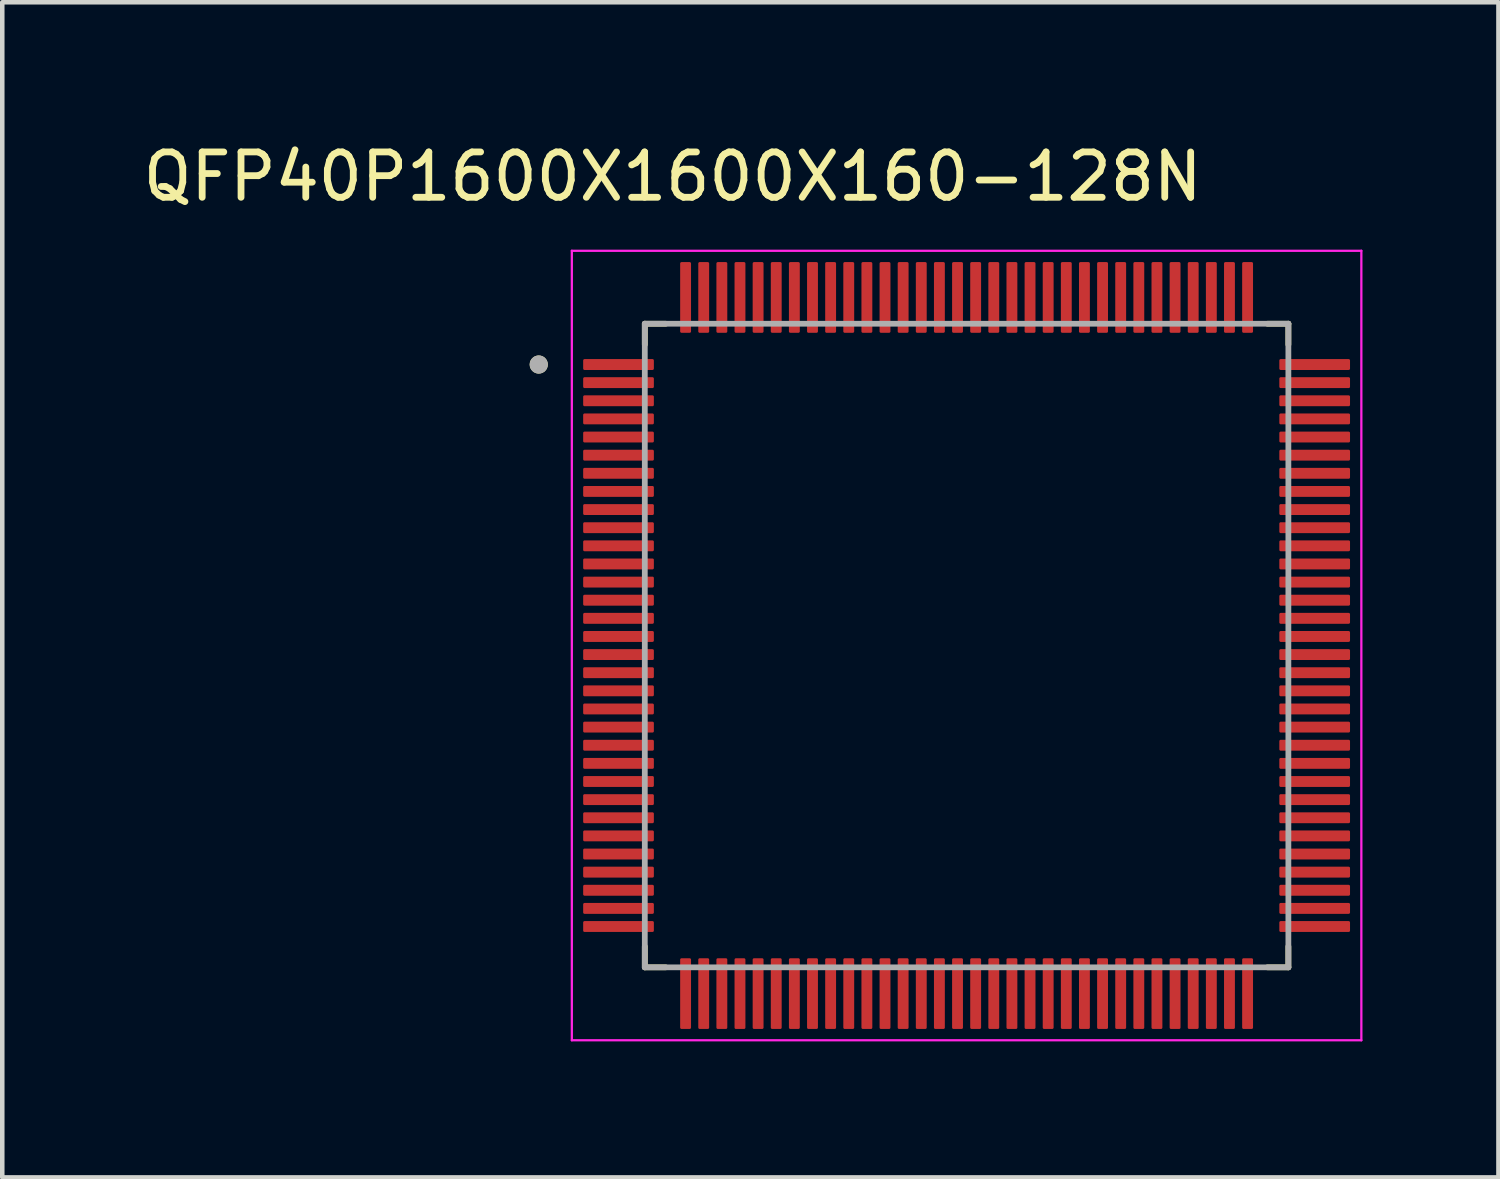
<source format=kicad_pcb>
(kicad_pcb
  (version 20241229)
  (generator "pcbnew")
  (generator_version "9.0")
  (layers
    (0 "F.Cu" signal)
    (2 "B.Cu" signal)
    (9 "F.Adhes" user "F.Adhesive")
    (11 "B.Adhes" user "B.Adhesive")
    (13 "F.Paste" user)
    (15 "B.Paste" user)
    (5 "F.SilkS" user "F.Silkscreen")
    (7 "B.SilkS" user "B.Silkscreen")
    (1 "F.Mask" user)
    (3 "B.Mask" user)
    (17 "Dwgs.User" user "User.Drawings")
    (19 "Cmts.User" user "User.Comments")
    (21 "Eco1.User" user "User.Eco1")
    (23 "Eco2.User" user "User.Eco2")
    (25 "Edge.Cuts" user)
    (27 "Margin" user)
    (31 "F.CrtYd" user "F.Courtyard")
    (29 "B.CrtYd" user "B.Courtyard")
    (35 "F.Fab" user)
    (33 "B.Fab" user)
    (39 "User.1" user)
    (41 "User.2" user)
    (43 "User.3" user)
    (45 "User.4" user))
  (footprint "QFP40P1600X1600X160-128N"
    (layer "F.Cu")
    (at 18.277 11.193)
    (property "Reference" "QFP40P1600X1600X160-128N" (at -6.485 -10.345 0) (layer "F.SilkS") (effects (font (size 1 1) (thickness 0.15))))
    (attr smd)
    (fp_line (start -7.1 -7.1) (end -7.1 -6.64) (stroke (width 0.127) (type solid)) (layer "F.SilkS"))
    (fp_line (start -7.1 -7.1) (end -6.64 -7.1) (stroke (width 0.127) (type solid)) (layer "F.SilkS"))
    (fp_line (start -7.1 7.1) (end -7.1 6.64) (stroke (width 0.127) (type solid)) (layer "F.SilkS"))
    (fp_line (start -7.1 7.1) (end -6.64 7.1) (stroke (width 0.127) (type solid)) (layer "F.SilkS"))
    (fp_line (start 7.1 -7.1) (end 6.64 -7.1) (stroke (width 0.127) (type solid)) (layer "F.SilkS"))
    (fp_line (start 7.1 -7.1) (end 7.1 -6.64) (stroke (width 0.127) (type solid)) (layer "F.SilkS"))
    (fp_line (start 7.1 7.1) (end 6.64 7.1) (stroke (width 0.127) (type solid)) (layer "F.SilkS"))
    (fp_line (start 7.1 7.1) (end 7.1 6.64) (stroke (width 0.127) (type solid)) (layer "F.SilkS"))
    (fp_circle (center -9.44 -6.2) (end -9.34 -6.2) (stroke (width 0.2) (type solid)) (fill no) (layer "F.SilkS"))
    (fp_line (start -8.71 -8.71) (end 8.71 -8.71) (stroke (width 0.05) (type solid)) (layer "F.CrtYd"))
    (fp_line (start -8.71 8.71) (end -8.71 -8.71) (stroke (width 0.05) (type solid)) (layer "F.CrtYd"))
    (fp_line (start -8.71 8.71) (end 8.71 8.71) (stroke (width 0.05) (type solid)) (layer "F.CrtYd"))
    (fp_line (start 8.71 8.71) (end 8.71 -8.71) (stroke (width 0.05) (type solid)) (layer "F.CrtYd"))
    (fp_line (start -7.1 7.1) (end -7.1 -7.1) (stroke (width 0.127) (type solid)) (layer "F.Fab"))
    (fp_line (start 7.1 -7.1) (end -7.1 -7.1) (stroke (width 0.127) (type solid)) (layer "F.Fab"))
    (fp_line (start 7.1 7.1) (end -7.1 7.1) (stroke (width 0.127) (type solid)) (layer "F.Fab"))
    (fp_line (start 7.1 7.1) (end 7.1 -7.1) (stroke (width 0.127) (type solid)) (layer "F.Fab"))
    (fp_circle (center -9.44 -6.2) (end -9.34 -6.2) (stroke (width 0.2) (type solid)) (fill no) (layer "F.Fab"))
    (pad "1" smd roundrect (at -7.68 -6.2) (size 1.56 0.24) (layers "F.Cu" "F.Mask" "F.Paste") (roundrect_rratio 0.125))
    (pad "2" smd roundrect (at -7.68 -5.8) (size 1.56 0.24) (layers "F.Cu" "F.Mask" "F.Paste") (roundrect_rratio 0.125))
    (pad "3" smd roundrect (at -7.68 -5.4) (size 1.56 0.24) (layers "F.Cu" "F.Mask" "F.Paste") (roundrect_rratio 0.125))
    (pad "4" smd roundrect (at -7.68 -5) (size 1.56 0.24) (layers "F.Cu" "F.Mask" "F.Paste") (roundrect_rratio 0.125))
    (pad "5" smd roundrect (at -7.68 -4.6) (size 1.56 0.24) (layers "F.Cu" "F.Mask" "F.Paste") (roundrect_rratio 0.125))
    (pad "6" smd roundrect (at -7.68 -4.2) (size 1.56 0.24) (layers "F.Cu" "F.Mask" "F.Paste") (roundrect_rratio 0.125))
    (pad "7" smd roundrect (at -7.68 -3.8) (size 1.56 0.24) (layers "F.Cu" "F.Mask" "F.Paste") (roundrect_rratio 0.125))
    (pad "8" smd roundrect (at -7.68 -3.4) (size 1.56 0.24) (layers "F.Cu" "F.Mask" "F.Paste") (roundrect_rratio 0.125))
    (pad "9" smd roundrect (at -7.68 -3) (size 1.56 0.24) (layers "F.Cu" "F.Mask" "F.Paste") (roundrect_rratio 0.125))
    (pad "10" smd roundrect (at -7.68 -2.6) (size 1.56 0.24) (layers "F.Cu" "F.Mask" "F.Paste") (roundrect_rratio 0.125))
    (pad "11" smd roundrect (at -7.68 -2.2) (size 1.56 0.24) (layers "F.Cu" "F.Mask" "F.Paste") (roundrect_rratio 0.125))
    (pad "12" smd roundrect (at -7.68 -1.8) (size 1.56 0.24) (layers "F.Cu" "F.Mask" "F.Paste") (roundrect_rratio 0.125))
    (pad "13" smd roundrect (at -7.68 -1.4) (size 1.56 0.24) (layers "F.Cu" "F.Mask" "F.Paste") (roundrect_rratio 0.125))
    (pad "14" smd roundrect (at -7.68 -1) (size 1.56 0.24) (layers "F.Cu" "F.Mask" "F.Paste") (roundrect_rratio 0.125))
    (pad "15" smd roundrect (at -7.68 -0.6) (size 1.56 0.24) (layers "F.Cu" "F.Mask" "F.Paste") (roundrect_rratio 0.125))
    (pad "16" smd roundrect (at -7.68 -0.2) (size 1.56 0.24) (layers "F.Cu" "F.Mask" "F.Paste") (roundrect_rratio 0.125))
    (pad "17" smd roundrect (at -7.68 0.2) (size 1.56 0.24) (layers "F.Cu" "F.Mask" "F.Paste") (roundrect_rratio 0.125))
    (pad "18" smd roundrect (at -7.68 0.6) (size 1.56 0.24) (layers "F.Cu" "F.Mask" "F.Paste") (roundrect_rratio 0.125))
    (pad "19" smd roundrect (at -7.68 1) (size 1.56 0.24) (layers "F.Cu" "F.Mask" "F.Paste") (roundrect_rratio 0.125))
    (pad "20" smd roundrect (at -7.68 1.4) (size 1.56 0.24) (layers "F.Cu" "F.Mask" "F.Paste") (roundrect_rratio 0.125))
    (pad "21" smd roundrect (at -7.68 1.8) (size 1.56 0.24) (layers "F.Cu" "F.Mask" "F.Paste") (roundrect_rratio 0.125))
    (pad "22" smd roundrect (at -7.68 2.2) (size 1.56 0.24) (layers "F.Cu" "F.Mask" "F.Paste") (roundrect_rratio 0.125))
    (pad "23" smd roundrect (at -7.68 2.6) (size 1.56 0.24) (layers "F.Cu" "F.Mask" "F.Paste") (roundrect_rratio 0.125))
    (pad "24" smd roundrect (at -7.68 3) (size 1.56 0.24) (layers "F.Cu" "F.Mask" "F.Paste") (roundrect_rratio 0.125))
    (pad "25" smd roundrect (at -7.68 3.4) (size 1.56 0.24) (layers "F.Cu" "F.Mask" "F.Paste") (roundrect_rratio 0.125))
    (pad "26" smd roundrect (at -7.68 3.8) (size 1.56 0.24) (layers "F.Cu" "F.Mask" "F.Paste") (roundrect_rratio 0.125))
    (pad "27" smd roundrect (at -7.68 4.2) (size 1.56 0.24) (layers "F.Cu" "F.Mask" "F.Paste") (roundrect_rratio 0.125))
    (pad "28" smd roundrect (at -7.68 4.6) (size 1.56 0.24) (layers "F.Cu" "F.Mask" "F.Paste") (roundrect_rratio 0.125))
    (pad "29" smd roundrect (at -7.68 5) (size 1.56 0.24) (layers "F.Cu" "F.Mask" "F.Paste") (roundrect_rratio 0.125))
    (pad "30" smd roundrect (at -7.68 5.4) (size 1.56 0.24) (layers "F.Cu" "F.Mask" "F.Paste") (roundrect_rratio 0.125))
    (pad "31" smd roundrect (at -7.68 5.8) (size 1.56 0.24) (layers "F.Cu" "F.Mask" "F.Paste") (roundrect_rratio 0.125))
    (pad "32" smd roundrect (at -7.68 6.2) (size 1.56 0.24) (layers "F.Cu" "F.Mask" "F.Paste") (roundrect_rratio 0.125))
    (pad "33" smd roundrect (at -6.2 7.68) (size 0.24 1.56) (layers "F.Cu" "F.Mask" "F.Paste") (roundrect_rratio 0.125))
    (pad "34" smd roundrect (at -5.8 7.68) (size 0.24 1.56) (layers "F.Cu" "F.Mask" "F.Paste") (roundrect_rratio 0.125))
    (pad "35" smd roundrect (at -5.4 7.68) (size 0.24 1.56) (layers "F.Cu" "F.Mask" "F.Paste") (roundrect_rratio 0.125))
    (pad "36" smd roundrect (at -5 7.68) (size 0.24 1.56) (layers "F.Cu" "F.Mask" "F.Paste") (roundrect_rratio 0.125))
    (pad "37" smd roundrect (at -4.6 7.68) (size 0.24 1.56) (layers "F.Cu" "F.Mask" "F.Paste") (roundrect_rratio 0.125))
    (pad "38" smd roundrect (at -4.2 7.68) (size 0.24 1.56) (layers "F.Cu" "F.Mask" "F.Paste") (roundrect_rratio 0.125))
    (pad "39" smd roundrect (at -3.8 7.68) (size 0.24 1.56) (layers "F.Cu" "F.Mask" "F.Paste") (roundrect_rratio 0.125))
    (pad "40" smd roundrect (at -3.4 7.68) (size 0.24 1.56) (layers "F.Cu" "F.Mask" "F.Paste") (roundrect_rratio 0.125))
    (pad "41" smd roundrect (at -3 7.68) (size 0.24 1.56) (layers "F.Cu" "F.Mask" "F.Paste") (roundrect_rratio 0.125))
    (pad "42" smd roundrect (at -2.6 7.68) (size 0.24 1.56) (layers "F.Cu" "F.Mask" "F.Paste") (roundrect_rratio 0.125))
    (pad "43" smd roundrect (at -2.2 7.68) (size 0.24 1.56) (layers "F.Cu" "F.Mask" "F.Paste") (roundrect_rratio 0.125))
    (pad "44" smd roundrect (at -1.8 7.68) (size 0.24 1.56) (layers "F.Cu" "F.Mask" "F.Paste") (roundrect_rratio 0.125))
    (pad "45" smd roundrect (at -1.4 7.68) (size 0.24 1.56) (layers "F.Cu" "F.Mask" "F.Paste") (roundrect_rratio 0.125))
    (pad "46" smd roundrect (at -1 7.68) (size 0.24 1.56) (layers "F.Cu" "F.Mask" "F.Paste") (roundrect_rratio 0.125))
    (pad "47" smd roundrect (at -0.6 7.68) (size 0.24 1.56) (layers "F.Cu" "F.Mask" "F.Paste") (roundrect_rratio 0.125))
    (pad "48" smd roundrect (at -0.2 7.68) (size 0.24 1.56) (layers "F.Cu" "F.Mask" "F.Paste") (roundrect_rratio 0.125))
    (pad "49" smd roundrect (at 0.2 7.68) (size 0.24 1.56) (layers "F.Cu" "F.Mask" "F.Paste") (roundrect_rratio 0.125))
    (pad "50" smd roundrect (at 0.6 7.68) (size 0.24 1.56) (layers "F.Cu" "F.Mask" "F.Paste") (roundrect_rratio 0.125))
    (pad "51" smd roundrect (at 1 7.68) (size 0.24 1.56) (layers "F.Cu" "F.Mask" "F.Paste") (roundrect_rratio 0.125))
    (pad "52" smd roundrect (at 1.4 7.68) (size 0.24 1.56) (layers "F.Cu" "F.Mask" "F.Paste") (roundrect_rratio 0.125))
    (pad "53" smd roundrect (at 1.8 7.68) (size 0.24 1.56) (layers "F.Cu" "F.Mask" "F.Paste") (roundrect_rratio 0.125))
    (pad "54" smd roundrect (at 2.2 7.68) (size 0.24 1.56) (layers "F.Cu" "F.Mask" "F.Paste") (roundrect_rratio 0.125))
    (pad "55" smd roundrect (at 2.6 7.68) (size 0.24 1.56) (layers "F.Cu" "F.Mask" "F.Paste") (roundrect_rratio 0.125))
    (pad "56" smd roundrect (at 3 7.68) (size 0.24 1.56) (layers "F.Cu" "F.Mask" "F.Paste") (roundrect_rratio 0.125))
    (pad "57" smd roundrect (at 3.4 7.68) (size 0.24 1.56) (layers "F.Cu" "F.Mask" "F.Paste") (roundrect_rratio 0.125))
    (pad "58" smd roundrect (at 3.8 7.68) (size 0.24 1.56) (layers "F.Cu" "F.Mask" "F.Paste") (roundrect_rratio 0.125))
    (pad "59" smd roundrect (at 4.2 7.68) (size 0.24 1.56) (layers "F.Cu" "F.Mask" "F.Paste") (roundrect_rratio 0.125))
    (pad "60" smd roundrect (at 4.6 7.68) (size 0.24 1.56) (layers "F.Cu" "F.Mask" "F.Paste") (roundrect_rratio 0.125))
    (pad "61" smd roundrect (at 5 7.68) (size 0.24 1.56) (layers "F.Cu" "F.Mask" "F.Paste") (roundrect_rratio 0.125))
    (pad "62" smd roundrect (at 5.4 7.68) (size 0.24 1.56) (layers "F.Cu" "F.Mask" "F.Paste") (roundrect_rratio 0.125))
    (pad "63" smd roundrect (at 5.8 7.68) (size 0.24 1.56) (layers "F.Cu" "F.Mask" "F.Paste") (roundrect_rratio 0.125))
    (pad "64" smd roundrect (at 6.2 7.68) (size 0.24 1.56) (layers "F.Cu" "F.Mask" "F.Paste") (roundrect_rratio 0.125))
    (pad "65" smd roundrect (at 7.68 6.2) (size 1.56 0.24) (layers "F.Cu" "F.Mask" "F.Paste") (roundrect_rratio 0.125))
    (pad "66" smd roundrect (at 7.68 5.8) (size 1.56 0.24) (layers "F.Cu" "F.Mask" "F.Paste") (roundrect_rratio 0.125))
    (pad "67" smd roundrect (at 7.68 5.4) (size 1.56 0.24) (layers "F.Cu" "F.Mask" "F.Paste") (roundrect_rratio 0.125))
    (pad "68" smd roundrect (at 7.68 5) (size 1.56 0.24) (layers "F.Cu" "F.Mask" "F.Paste") (roundrect_rratio 0.125))
    (pad "69" smd roundrect (at 7.68 4.6) (size 1.56 0.24) (layers "F.Cu" "F.Mask" "F.Paste") (roundrect_rratio 0.125))
    (pad "70" smd roundrect (at 7.68 4.2) (size 1.56 0.24) (layers "F.Cu" "F.Mask" "F.Paste") (roundrect_rratio 0.125))
    (pad "71" smd roundrect (at 7.68 3.8) (size 1.56 0.24) (layers "F.Cu" "F.Mask" "F.Paste") (roundrect_rratio 0.125))
    (pad "72" smd roundrect (at 7.68 3.4) (size 1.56 0.24) (layers "F.Cu" "F.Mask" "F.Paste") (roundrect_rratio 0.125))
    (pad "73" smd roundrect (at 7.68 3) (size 1.56 0.24) (layers "F.Cu" "F.Mask" "F.Paste") (roundrect_rratio 0.125))
    (pad "74" smd roundrect (at 7.68 2.6) (size 1.56 0.24) (layers "F.Cu" "F.Mask" "F.Paste") (roundrect_rratio 0.125))
    (pad "75" smd roundrect (at 7.68 2.2) (size 1.56 0.24) (layers "F.Cu" "F.Mask" "F.Paste") (roundrect_rratio 0.125))
    (pad "76" smd roundrect (at 7.68 1.8) (size 1.56 0.24) (layers "F.Cu" "F.Mask" "F.Paste") (roundrect_rratio 0.125))
    (pad "77" smd roundrect (at 7.68 1.4) (size 1.56 0.24) (layers "F.Cu" "F.Mask" "F.Paste") (roundrect_rratio 0.125))
    (pad "78" smd roundrect (at 7.68 1) (size 1.56 0.24) (layers "F.Cu" "F.Mask" "F.Paste") (roundrect_rratio 0.125))
    (pad "79" smd roundrect (at 7.68 0.6) (size 1.56 0.24) (layers "F.Cu" "F.Mask" "F.Paste") (roundrect_rratio 0.125))
    (pad "80" smd roundrect (at 7.68 0.2) (size 1.56 0.24) (layers "F.Cu" "F.Mask" "F.Paste") (roundrect_rratio 0.125))
    (pad "81" smd roundrect (at 7.68 -0.2) (size 1.56 0.24) (layers "F.Cu" "F.Mask" "F.Paste") (roundrect_rratio 0.125))
    (pad "82" smd roundrect (at 7.68 -0.6) (size 1.56 0.24) (layers "F.Cu" "F.Mask" "F.Paste") (roundrect_rratio 0.125))
    (pad "83" smd roundrect (at 7.68 -1) (size 1.56 0.24) (layers "F.Cu" "F.Mask" "F.Paste") (roundrect_rratio 0.125))
    (pad "84" smd roundrect (at 7.68 -1.4) (size 1.56 0.24) (layers "F.Cu" "F.Mask" "F.Paste") (roundrect_rratio 0.125))
    (pad "85" smd roundrect (at 7.68 -1.8) (size 1.56 0.24) (layers "F.Cu" "F.Mask" "F.Paste") (roundrect_rratio 0.125))
    (pad "86" smd roundrect (at 7.68 -2.2) (size 1.56 0.24) (layers "F.Cu" "F.Mask" "F.Paste") (roundrect_rratio 0.125))
    (pad "87" smd roundrect (at 7.68 -2.6) (size 1.56 0.24) (layers "F.Cu" "F.Mask" "F.Paste") (roundrect_rratio 0.125))
    (pad "88" smd roundrect (at 7.68 -3) (size 1.56 0.24) (layers "F.Cu" "F.Mask" "F.Paste") (roundrect_rratio 0.125))
    (pad "89" smd roundrect (at 7.68 -3.4) (size 1.56 0.24) (layers "F.Cu" "F.Mask" "F.Paste") (roundrect_rratio 0.125))
    (pad "90" smd roundrect (at 7.68 -3.8) (size 1.56 0.24) (layers "F.Cu" "F.Mask" "F.Paste") (roundrect_rratio 0.125))
    (pad "91" smd roundrect (at 7.68 -4.2) (size 1.56 0.24) (layers "F.Cu" "F.Mask" "F.Paste") (roundrect_rratio 0.125))
    (pad "92" smd roundrect (at 7.68 -4.6) (size 1.56 0.24) (layers "F.Cu" "F.Mask" "F.Paste") (roundrect_rratio 0.125))
    (pad "93" smd roundrect (at 7.68 -5) (size 1.56 0.24) (layers "F.Cu" "F.Mask" "F.Paste") (roundrect_rratio 0.125))
    (pad "94" smd roundrect (at 7.68 -5.4) (size 1.56 0.24) (layers "F.Cu" "F.Mask" "F.Paste") (roundrect_rratio 0.125))
    (pad "95" smd roundrect (at 7.68 -5.8) (size 1.56 0.24) (layers "F.Cu" "F.Mask" "F.Paste") (roundrect_rratio 0.125))
    (pad "96" smd roundrect (at 7.68 -6.2) (size 1.56 0.24) (layers "F.Cu" "F.Mask" "F.Paste") (roundrect_rratio 0.125))
    (pad "97" smd roundrect (at 6.2 -7.68) (size 0.24 1.56) (layers "F.Cu" "F.Mask" "F.Paste") (roundrect_rratio 0.125))
    (pad "98" smd roundrect (at 5.8 -7.68) (size 0.24 1.56) (layers "F.Cu" "F.Mask" "F.Paste") (roundrect_rratio 0.125))
    (pad "99" smd roundrect (at 5.4 -7.68) (size 0.24 1.56) (layers "F.Cu" "F.Mask" "F.Paste") (roundrect_rratio 0.125))
    (pad "100" smd roundrect (at 5 -7.68) (size 0.24 1.56) (layers "F.Cu" "F.Mask" "F.Paste") (roundrect_rratio 0.125))
    (pad "101" smd roundrect (at 4.6 -7.68) (size 0.24 1.56) (layers "F.Cu" "F.Mask" "F.Paste") (roundrect_rratio 0.125))
    (pad "102" smd roundrect (at 4.2 -7.68) (size 0.24 1.56) (layers "F.Cu" "F.Mask" "F.Paste") (roundrect_rratio 0.125))
    (pad "103" smd roundrect (at 3.8 -7.68) (size 0.24 1.56) (layers "F.Cu" "F.Mask" "F.Paste") (roundrect_rratio 0.125))
    (pad "104" smd roundrect (at 3.4 -7.68) (size 0.24 1.56) (layers "F.Cu" "F.Mask" "F.Paste") (roundrect_rratio 0.125))
    (pad "105" smd roundrect (at 3 -7.68) (size 0.24 1.56) (layers "F.Cu" "F.Mask" "F.Paste") (roundrect_rratio 0.125))
    (pad "106" smd roundrect (at 2.6 -7.68) (size 0.24 1.56) (layers "F.Cu" "F.Mask" "F.Paste") (roundrect_rratio 0.125))
    (pad "107" smd roundrect (at 2.2 -7.68) (size 0.24 1.56) (layers "F.Cu" "F.Mask" "F.Paste") (roundrect_rratio 0.125))
    (pad "108" smd roundrect (at 1.8 -7.68) (size 0.24 1.56) (layers "F.Cu" "F.Mask" "F.Paste") (roundrect_rratio 0.125))
    (pad "109" smd roundrect (at 1.4 -7.68) (size 0.24 1.56) (layers "F.Cu" "F.Mask" "F.Paste") (roundrect_rratio 0.125))
    (pad "110" smd roundrect (at 1 -7.68) (size 0.24 1.56) (layers "F.Cu" "F.Mask" "F.Paste") (roundrect_rratio 0.125))
    (pad "111" smd roundrect (at 0.6 -7.68) (size 0.24 1.56) (layers "F.Cu" "F.Mask" "F.Paste") (roundrect_rratio 0.125))
    (pad "112" smd roundrect (at 0.2 -7.68) (size 0.24 1.56) (layers "F.Cu" "F.Mask" "F.Paste") (roundrect_rratio 0.125))
    (pad "113" smd roundrect (at -0.2 -7.68) (size 0.24 1.56) (layers "F.Cu" "F.Mask" "F.Paste") (roundrect_rratio 0.125))
    (pad "114" smd roundrect (at -0.6 -7.68) (size 0.24 1.56) (layers "F.Cu" "F.Mask" "F.Paste") (roundrect_rratio 0.125))
    (pad "115" smd roundrect (at -1 -7.68) (size 0.24 1.56) (layers "F.Cu" "F.Mask" "F.Paste") (roundrect_rratio 0.125))
    (pad "116" smd roundrect (at -1.4 -7.68) (size 0.24 1.56) (layers "F.Cu" "F.Mask" "F.Paste") (roundrect_rratio 0.125))
    (pad "117" smd roundrect (at -1.8 -7.68) (size 0.24 1.56) (layers "F.Cu" "F.Mask" "F.Paste") (roundrect_rratio 0.125))
    (pad "118" smd roundrect (at -2.2 -7.68) (size 0.24 1.56) (layers "F.Cu" "F.Mask" "F.Paste") (roundrect_rratio 0.125))
    (pad "119" smd roundrect (at -2.6 -7.68) (size 0.24 1.56) (layers "F.Cu" "F.Mask" "F.Paste") (roundrect_rratio 0.125))
    (pad "120" smd roundrect (at -3 -7.68) (size 0.24 1.56) (layers "F.Cu" "F.Mask" "F.Paste") (roundrect_rratio 0.125))
    (pad "121" smd roundrect (at -3.4 -7.68) (size 0.24 1.56) (layers "F.Cu" "F.Mask" "F.Paste") (roundrect_rratio 0.125))
    (pad "122" smd roundrect (at -3.8 -7.68) (size 0.24 1.56) (layers "F.Cu" "F.Mask" "F.Paste") (roundrect_rratio 0.125))
    (pad "123" smd roundrect (at -4.2 -7.68) (size 0.24 1.56) (layers "F.Cu" "F.Mask" "F.Paste") (roundrect_rratio 0.125))
    (pad "124" smd roundrect (at -4.6 -7.68) (size 0.24 1.56) (layers "F.Cu" "F.Mask" "F.Paste") (roundrect_rratio 0.125))
    (pad "125" smd roundrect (at -5 -7.68) (size 0.24 1.56) (layers "F.Cu" "F.Mask" "F.Paste") (roundrect_rratio 0.125))
    (pad "126" smd roundrect (at -5.4 -7.68) (size 0.24 1.56) (layers "F.Cu" "F.Mask" "F.Paste") (roundrect_rratio 0.125))
    (pad "127" smd roundrect (at -5.8 -7.68) (size 0.24 1.56) (layers "F.Cu" "F.Mask" "F.Paste") (roundrect_rratio 0.125))
    (pad "128" smd roundrect (at -6.2 -7.68) (size 0.24 1.56) (layers "F.Cu" "F.Mask" "F.Paste") (roundrect_rratio 0.125)))
  (gr_rect
    (start -3 -3)
    (end 30.012 22.928)
    (stroke (width 0.1) (type default))
    (fill no)
    (layer "Edge.Cuts")))
</source>
